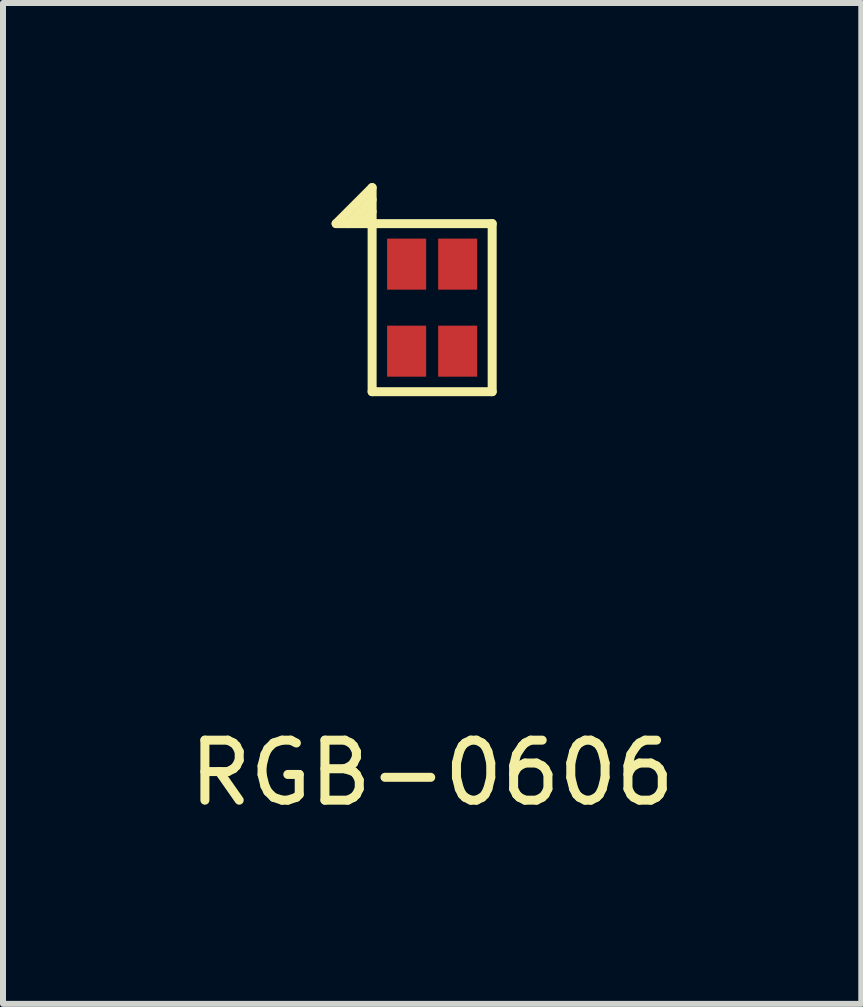
<source format=kicad_pcb>
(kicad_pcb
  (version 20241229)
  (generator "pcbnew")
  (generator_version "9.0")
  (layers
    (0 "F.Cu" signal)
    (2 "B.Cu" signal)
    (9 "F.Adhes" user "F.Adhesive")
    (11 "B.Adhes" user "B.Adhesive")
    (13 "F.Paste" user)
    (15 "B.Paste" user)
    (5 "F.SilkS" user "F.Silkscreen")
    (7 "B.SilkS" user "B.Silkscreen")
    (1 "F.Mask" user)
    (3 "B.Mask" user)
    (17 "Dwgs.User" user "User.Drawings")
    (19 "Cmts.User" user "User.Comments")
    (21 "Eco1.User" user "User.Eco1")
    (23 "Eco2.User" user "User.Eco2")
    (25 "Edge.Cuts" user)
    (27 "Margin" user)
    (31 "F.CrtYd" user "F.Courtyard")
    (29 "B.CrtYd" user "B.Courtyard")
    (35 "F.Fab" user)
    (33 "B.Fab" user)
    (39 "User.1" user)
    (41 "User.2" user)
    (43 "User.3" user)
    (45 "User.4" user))
  (footprint "RGB-0606"
    (layer "F.Cu")
    (at 4.149 2.075)
    (property "Reference" "RGB-0606" (at 0 7.75 0) (layer "F.SilkS") (effects (font (size 1 1) (thickness 0.15))))
    (attr through_hole)
    (fp_line (start -1.6 -1.4) (end -1 -2) (stroke (width 0.15) (type solid)) (layer "F.SilkS"))
    (fp_line (start -1.4 -1.4) (end -1 -1.8) (stroke (width 0.15) (type solid)) (layer "F.SilkS"))
    (fp_line (start -1 -1.6) (end -1.2 -1.4) (stroke (width 0.15) (type solid)) (layer "F.SilkS"))
    (fp_line (start -1 -1.4) (end -1.6 -1.4) (stroke (width 0.15) (type solid)) (layer "F.SilkS"))
    (fp_line (start -1 -1.4) (end -1 -2) (stroke (width 0.15) (type solid)) (layer "F.SilkS"))
    (fp_line (start -1 -1.4) (end 1 -1.4) (stroke (width 0.15) (type solid)) (layer "F.SilkS"))
    (fp_line (start -1 1.4) (end -1 -1.4) (stroke (width 0.15) (type solid)) (layer "F.SilkS"))
    (fp_line (start 1 -1.4) (end 1 1.4) (stroke (width 0.15) (type solid)) (layer "F.SilkS"))
    (fp_line (start 1 1.4) (end -1 1.4) (stroke (width 0.15) (type solid)) (layer "F.SilkS"))
    (pad "1" smd rect (at -0.425 -0.725) (size 0.65 0.85) (layers "F.Cu" "F.Mask" "F.Paste"))
    (pad "2" smd rect (at 0.425 -0.725) (size 0.65 0.85) (layers "F.Cu" "F.Mask" "F.Paste"))
    (pad "3" smd rect (at 0.425 0.725) (size 0.65 0.85) (layers "F.Cu" "F.Mask" "F.Paste"))
    (pad "4" smd rect (at -0.425 0.725) (size 0.65 0.85) (layers "F.Cu" "F.Mask" "F.Paste")))
  (gr_rect
    (start -3 -3)
    (end 11.298 13.673)
    (stroke (width 0.1) (type default))
    (fill no)
    (layer "Edge.Cuts")))
</source>
